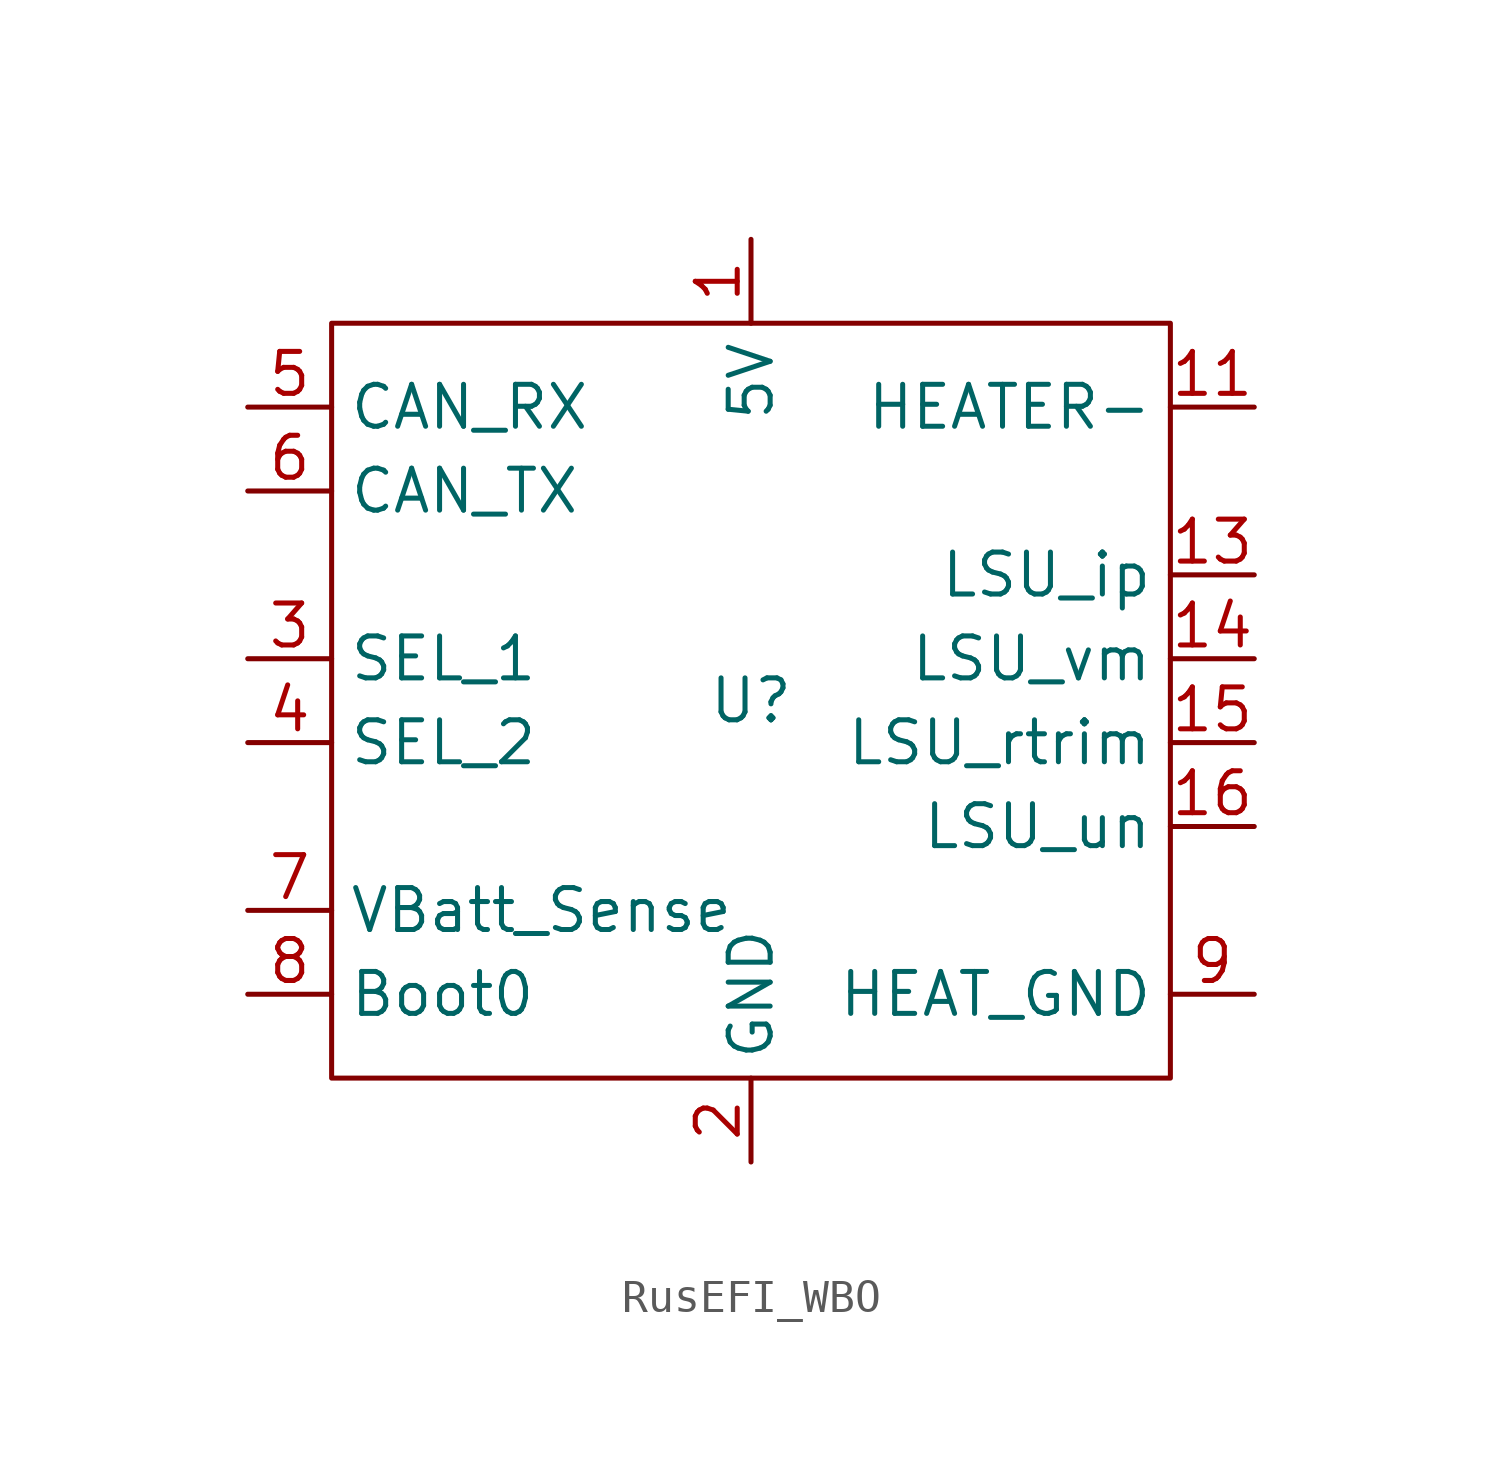
<source format=kicad_sym>
(kicad_symbol_lib
  (version 20220914)
  (generator kicad_symbol_editor)
  (symbol "RusEFI_WBO"
    (property "Reference" "U"
      (at 0 0 0)
      (effects (font (size 1.27 1.27))))
    (property "Value" ""
      (at 0 0 0)
      (effects (font (size 1.27 1.27))))
    (symbol "RusEFI_WBO_0_1"
      (rectangle (start -12.7 11.43) (end 12.7 -11.43) (stroke (width 0) (type default)) (fill (type none))))
    (symbol "RusEFI_WBO_1_1"
      (pin power_in line (at 0 13.97 270) (length 2.54) (name "5V" (effects (font (size 1.27 1.27)))) (number "1" (effects (font (size 1.27 1.27)))))
      (pin power_in line (at 15.24 -8.89 180) (length 2.54) hide (name "HEAT_GND2" (effects (font (size 1.27 1.27)))) (number "10" (effects (font (size 1.27 1.27)))))
      (pin power_out line (at 15.24 8.89 180) (length 2.54) (name "HEATER-" (effects (font (size 1.27 1.27)))) (number "11" (effects (font (size 1.27 1.27)))))
      (pin power_out line (at 15.24 8.89 180) (length 2.54) hide (name "HEATER-" (effects (font (size 1.27 1.27)))) (number "12" (effects (font (size 1.27 1.27)))))
      (pin bidirectional line (at 15.24 3.81 180) (length 2.54) (name "LSU_ip" (effects (font (size 1.27 1.27)))) (number "13" (effects (font (size 1.27 1.27)))))
      (pin bidirectional line (at 15.24 1.27 180) (length 2.54) (name "LSU_vm" (effects (font (size 1.27 1.27)))) (number "14" (effects (font (size 1.27 1.27)))))
      (pin bidirectional line (at 15.24 -1.27 180) (length 2.54) (name "LSU_rtrim" (effects (font (size 1.27 1.27)))) (number "15" (effects (font (size 1.27 1.27)))))
      (pin bidirectional line (at 15.24 -3.81 180) (length 2.54) (name "LSU_un" (effects (font (size 1.27 1.27)))) (number "16" (effects (font (size 1.27 1.27)))))
      (pin power_in line (at 0 -13.97 90) (length 2.54) (name "GND" (effects (font (size 1.27 1.27)))) (number "2" (effects (font (size 1.27 1.27)))))
      (pin input line (at -15.24 1.27 0) (length 2.54) (name "SEL_1" (effects (font (size 1.27 1.27)))) (number "3" (effects (font (size 1.27 1.27)))))
      (pin input line (at -15.24 -1.27 0) (length 2.54) (name "SEL_2" (effects (font (size 1.27 1.27)))) (number "4" (effects (font (size 1.27 1.27)))))
      (pin input line (at -15.24 8.89 0) (length 2.54) (name "CAN_RX" (effects (font (size 1.27 1.27)))) (number "5" (effects (font (size 1.27 1.27)))))
      (pin output line (at -15.24 6.35 0) (length 2.54) (name "CAN_TX" (effects (font (size 1.27 1.27)))) (number "6" (effects (font (size 1.27 1.27)))))
      (pin input line (at -15.24 -6.35 0) (length 2.54) (name "VBatt_Sense" (effects (font (size 1.27 1.27)))) (number "7" (effects (font (size 1.27 1.27)))))
      (pin input line (at -15.24 -8.89 0) (length 2.54) (name "Boot0" (effects (font (size 1.27 1.27)))) (number "8" (effects (font (size 1.27 1.27)))))
      (pin power_in line (at 15.24 -8.89 180) (length 2.54) (name "HEAT_GND" (effects (font (size 1.27 1.27)))) (number "9" (effects (font (size 1.27 1.27))))))))
</source>
